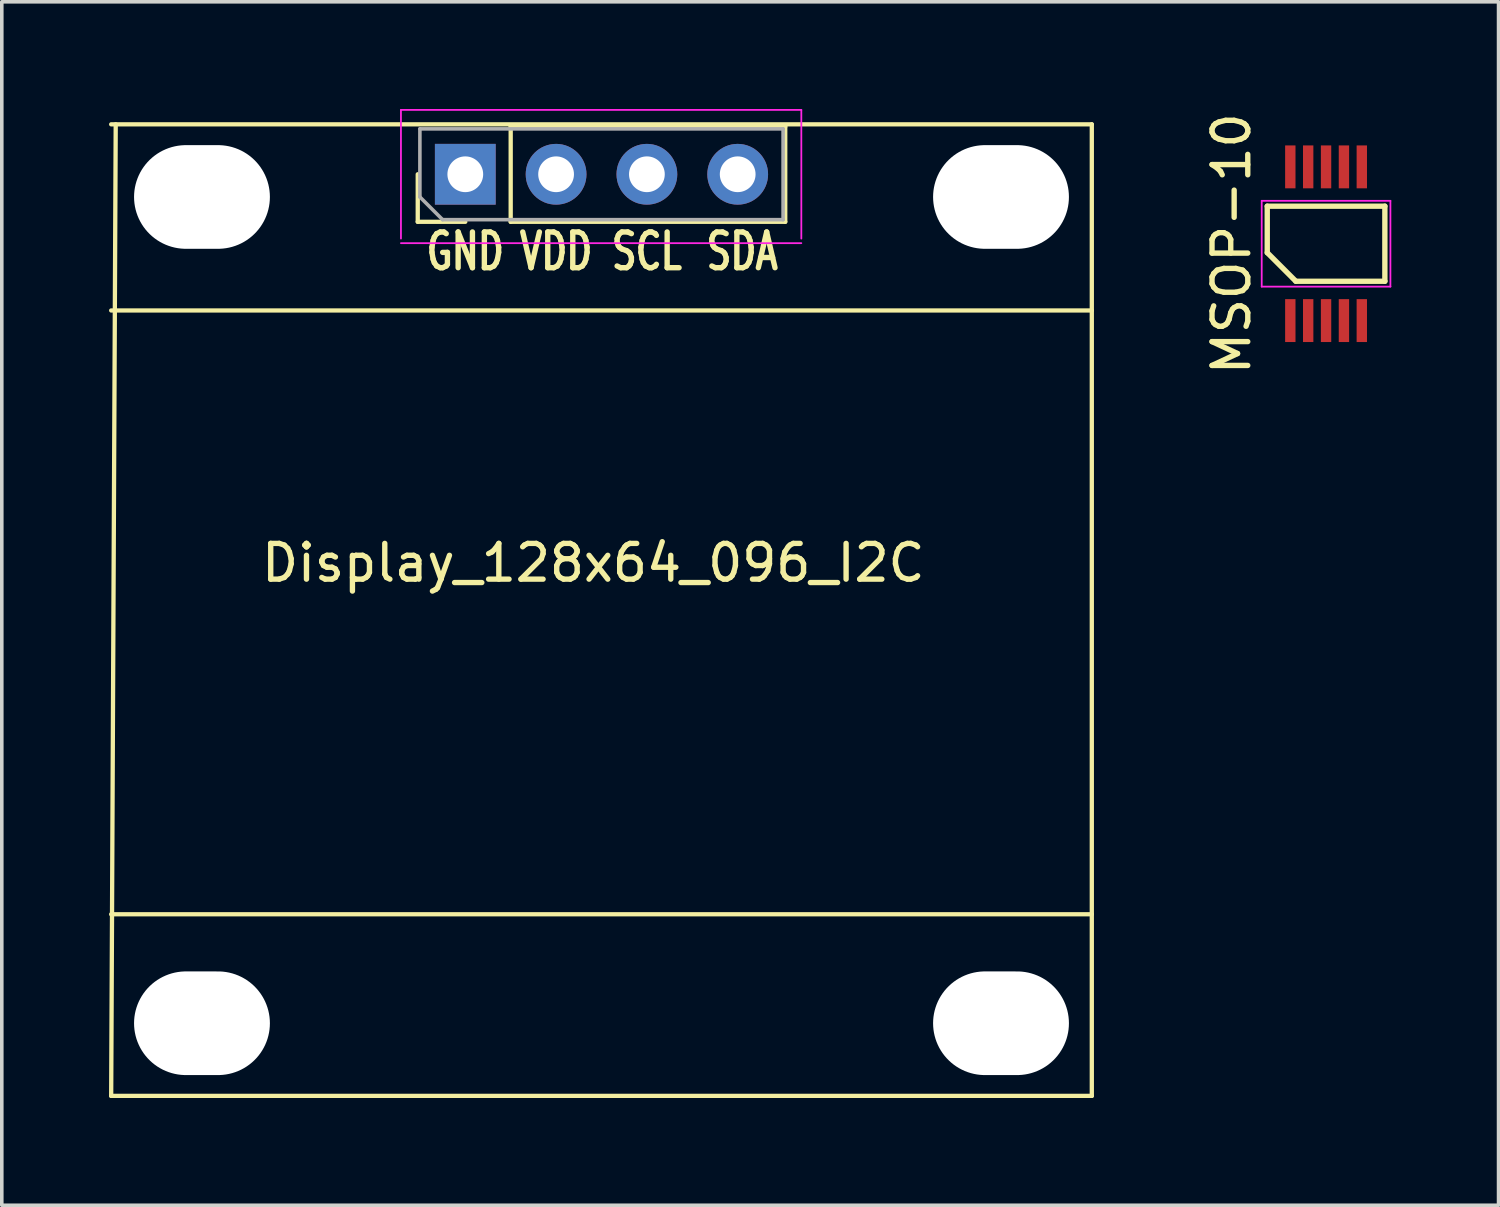
<source format=kicad_pcb>
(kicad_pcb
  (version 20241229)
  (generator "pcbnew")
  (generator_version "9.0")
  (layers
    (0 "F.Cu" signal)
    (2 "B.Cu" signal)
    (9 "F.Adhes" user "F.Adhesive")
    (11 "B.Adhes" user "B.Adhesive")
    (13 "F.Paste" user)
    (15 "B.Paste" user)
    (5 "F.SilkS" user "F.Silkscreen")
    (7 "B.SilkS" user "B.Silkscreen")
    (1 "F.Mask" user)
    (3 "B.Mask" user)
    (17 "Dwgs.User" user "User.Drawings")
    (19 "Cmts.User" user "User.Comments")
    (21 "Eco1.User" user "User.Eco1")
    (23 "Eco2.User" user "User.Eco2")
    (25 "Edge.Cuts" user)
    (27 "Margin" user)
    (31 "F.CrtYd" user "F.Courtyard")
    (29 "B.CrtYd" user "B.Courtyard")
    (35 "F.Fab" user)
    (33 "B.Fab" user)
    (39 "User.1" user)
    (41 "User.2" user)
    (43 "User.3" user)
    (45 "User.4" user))
  (footprint "MSOP-10"
    (layer "F.Cu")
    (at 34.045 3.768)
    (property "Reference" "MSOP-10" (at -2.645 0 90) (layer "F.SilkS") (effects (font (size 1 1) (thickness 0.15))))
    (attr smd)
    (fp_line (start -1.645 -1.05) (end 1.645 -1.05) (stroke (width 0.15) (type solid)) (layer "F.SilkS"))
    (fp_line (start -1.645 0.25) (end -1.645 -1.05) (stroke (width 0.15) (type solid)) (layer "F.SilkS"))
    (fp_line (start -0.845 1.05) (end -1.645 0.25) (stroke (width 0.15) (type solid)) (layer "F.SilkS"))
    (fp_line (start 1.645 -1.05) (end 1.645 1.05) (stroke (width 0.15) (type solid)) (layer "F.SilkS"))
    (fp_line (start 1.645 1.05) (end -0.845 1.05) (stroke (width 0.15) (type solid)) (layer "F.SilkS"))
    (fp_line (start -1.8 -1.2) (end 1.8 -1.2) (stroke (width 0.05) (type solid)) (layer "F.CrtYd"))
    (fp_line (start -1.8 1.2) (end -1.8 -1.2) (stroke (width 0.05) (type solid)) (layer "F.CrtYd"))
    (fp_line (start 1.8 -1.2) (end 1.8 1.2) (stroke (width 0.05) (type solid)) (layer "F.CrtYd"))
    (fp_line (start 1.8 1.2) (end -1.8 1.2) (stroke (width 0.05) (type solid)) (layer "F.CrtYd"))
    (pad "1" smd rect (at -1 2.15) (size 0.29 1.2) (layers "F.Cu" "F.Mask" "F.Paste"))
    (pad "2" smd rect (at -0.5 2.15) (size 0.29 1.2) (layers "F.Cu" "F.Mask" "F.Paste"))
    (pad "3" smd rect (at 0 2.15) (size 0.29 1.2) (layers "F.Cu" "F.Mask" "F.Paste"))
    (pad "4" smd rect (at 0.5 2.15) (size 0.29 1.2) (layers "F.Cu" "F.Mask" "F.Paste"))
    (pad "5" smd rect (at 1 2.15) (size 0.29 1.2) (layers "F.Cu" "F.Mask" "F.Paste"))
    (pad "6" smd rect (at 1 -2.15) (size 0.29 1.2) (layers "F.Cu" "F.Mask" "F.Paste"))
    (pad "7" smd rect (at 0.5 -2.15) (size 0.29 1.2) (layers "F.Cu" "F.Mask" "F.Paste"))
    (pad "8" smd rect (at 0 -2.15) (size 0.29 1.2) (layers "F.Cu" "F.Mask" "F.Paste"))
    (pad "9" smd rect (at -0.5 -2.15) (size 0.29 1.2) (layers "F.Cu" "F.Mask" "F.Paste"))
    (pad "10" smd rect (at -1 -2.15) (size 0.29 1.2) (layers "F.Cu" "F.Mask" "F.Paste")))
  (footprint "Display_128x64_096_I2C"
    (layer "F.Cu")
    (at 13.776 1.825)
    (property "Reference" "Display_128x64_096_I2C" (at -0.229 10.871 0) (layer "F.SilkS") (effects (font (size 1 1) (thickness 0.15))))
    (attr through_hole)
    (fp_line (start -13.716 -1.397) (end 13.716 -1.397) (stroke (width 0.12) (type solid)) (layer "F.SilkS"))
    (fp_line (start -13.716 3.81) (end 13.716 3.81) (stroke (width 0.12) (type solid)) (layer "F.SilkS"))
    (fp_line (start -13.716 20.701) (end 13.716 20.701) (stroke (width 0.12) (type solid)) (layer "F.SilkS"))
    (fp_line (start -13.716 25.781) (end -13.589 -1.397) (stroke (width 0.12) (type solid)) (layer "F.SilkS"))
    (fp_line (start -5.14 1.33) (end -5.14 0) (stroke (width 0.12) (type solid)) (layer "F.SilkS"))
    (fp_line (start -3.81 1.33) (end -5.14 1.33) (stroke (width 0.12) (type solid)) (layer "F.SilkS"))
    (fp_line (start -2.54 -1.33) (end 5.14 -1.33) (stroke (width 0.12) (type solid)) (layer "F.SilkS"))
    (fp_line (start -2.54 1.33) (end -2.54 -1.33) (stroke (width 0.12) (type solid)) (layer "F.SilkS"))
    (fp_line (start -2.54 1.33) (end 5.14 1.33) (stroke (width 0.12) (type solid)) (layer "F.SilkS"))
    (fp_line (start 5.14 1.33) (end 5.14 -1.33) (stroke (width 0.12) (type solid)) (layer "F.SilkS"))
    (fp_line (start 13.716 25.781) (end -13.716 25.781) (stroke (width 0.12) (type solid)) (layer "F.SilkS"))
    (fp_line (start 13.716 25.781) (end 13.716 -1.397) (stroke (width 0.12) (type solid)) (layer "F.SilkS"))
    (fp_line (start -5.61 -1.8) (end -5.61 1.8) (stroke (width 0.05) (type solid)) (layer "F.CrtYd"))
    (fp_line (start -5.61 1.927) (end 5.59 1.927) (stroke (width 0.05) (type solid)) (layer "F.CrtYd"))
    (fp_line (start 5.59 -1.8) (end -5.61 -1.8) (stroke (width 0.05) (type solid)) (layer "F.CrtYd"))
    (fp_line (start 5.59 1.8) (end 5.59 -1.8) (stroke (width 0.05) (type solid)) (layer "F.CrtYd"))
    (fp_line (start -5.08 -1.27) (end 5.08 -1.27) (stroke (width 0.1) (type solid)) (layer "F.Fab"))
    (fp_line (start -5.08 0.635) (end -5.08 -1.27) (stroke (width 0.1) (type solid)) (layer "F.Fab"))
    (fp_line (start -4.445 1.27) (end -5.08 0.635) (stroke (width 0.1) (type solid)) (layer "F.Fab"))
    (fp_line (start 5.08 -1.27) (end 5.08 1.27) (stroke (width 0.1) (type solid)) (layer "F.Fab"))
    (fp_line (start 5.08 1.27) (end -4.445 1.27) (stroke (width 0.1) (type solid)) (layer "F.Fab"))
    (fp_text user "VDD" (at -1.27 2.159 0) (layer "F.SilkS") (effects (font (size 1 0.7) (thickness 0.15))))
    (fp_text user "SDA" (at 3.937 2.159 0) (layer "F.SilkS") (effects (font (size 1 0.7) (thickness 0.15))))
    (fp_text user "GND" (at -3.81 2.159 0) (layer "F.SilkS") (effects (font (size 1 0.7) (thickness 0.15))))
    (fp_text user "SCL" (at 1.27 2.159 0) (layer "F.SilkS") (effects (font (size 1 0.7) (thickness 0.15))))
    (pad "" np_thru_hole oval (at -11.176 0.635) (size 3.8 2.9) (drill oval 3.8 2.9) (layers "*.Cu" "*.Mask"))
    (pad "" np_thru_hole oval (at -11.176 23.749) (size 3.8 2.9) (drill oval 3.8 2.9) (layers "*.Cu" "*.Mask"))
    (pad "" np_thru_hole oval (at 11.176 0.635) (size 3.8 2.9) (drill oval 3.8 2.9) (layers "*.Cu" "*.Mask"))
    (pad "" np_thru_hole oval (at 11.176 23.749) (size 3.8 2.9) (drill oval 3.8 2.9) (layers "*.Cu" "*.Mask"))
    (pad "1" thru_hole rect (at -3.81 0 90) (size 1.7 1.7) (drill 1) (layers "*.Cu" "*.Mask"))
    (pad "2" thru_hole oval (at -1.27 0 90) (size 1.7 1.7) (drill 1) (layers "*.Cu" "*.Mask"))
    (pad "3" thru_hole oval (at 1.27 0 90) (size 1.7 1.7) (drill 1) (layers "*.Cu" "*.Mask"))
    (pad "4" thru_hole oval (at 3.81 0 90) (size 1.7 1.7) (drill 1) (layers "*.Cu" "*.Mask")))
  (gr_rect
    (start -3 -3)
    (end 38.87 30.666)
    (stroke (width 0.1) (type default))
    (fill no)
    (layer "Edge.Cuts")))
</source>
